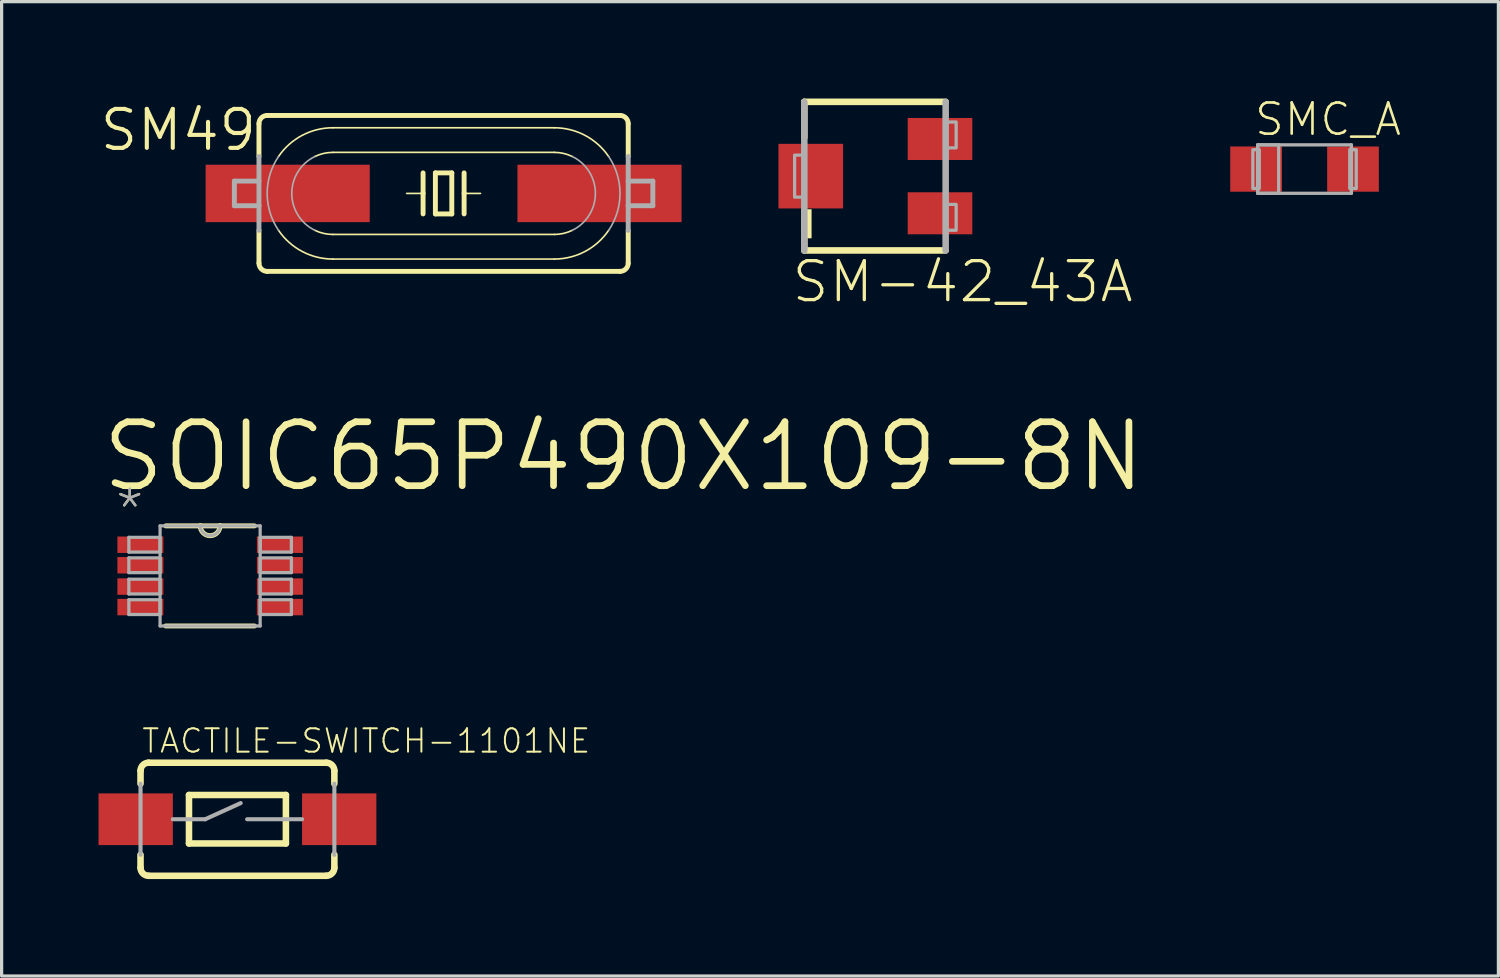
<source format=kicad_pcb>
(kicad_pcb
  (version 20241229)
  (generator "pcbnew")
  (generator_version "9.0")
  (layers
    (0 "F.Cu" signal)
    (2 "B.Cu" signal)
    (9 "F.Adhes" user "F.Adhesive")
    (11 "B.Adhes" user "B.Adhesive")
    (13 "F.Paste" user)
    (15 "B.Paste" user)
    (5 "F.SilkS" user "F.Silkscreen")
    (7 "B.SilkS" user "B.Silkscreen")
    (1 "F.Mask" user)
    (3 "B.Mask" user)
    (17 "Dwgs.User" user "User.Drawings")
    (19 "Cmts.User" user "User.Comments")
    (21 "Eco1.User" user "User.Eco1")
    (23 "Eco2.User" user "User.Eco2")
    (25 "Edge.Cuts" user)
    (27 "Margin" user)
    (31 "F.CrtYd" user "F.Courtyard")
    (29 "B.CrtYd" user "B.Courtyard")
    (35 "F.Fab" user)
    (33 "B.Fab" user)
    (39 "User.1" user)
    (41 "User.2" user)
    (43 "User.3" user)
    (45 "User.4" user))
  (footprint "SOIC65P490X109-8N"
    (layer "F.Cu")
    (at 3.454 14.777)
    (property "Reference" "SOIC65P490X109-8N" (at -3.454 -2.54 0) (layer "F.SilkS") (effects (font (size 1.979 1.979) (thickness 0.208)) (justify left bottom)))
    (attr through_hole)
    (fp_line (start -1.372 1.549) (end 1.372 1.549) (stroke (width 0.152) (type solid)) (layer "F.SilkS"))
    (fp_line (start -0.305 -1.549) (end -1.372 -1.549) (stroke (width 0.152) (type solid)) (layer "F.SilkS"))
    (fp_line (start 0.305 -1.549) (end -0.305 -1.549) (stroke (width 0.152) (type solid)) (layer "F.SilkS"))
    (fp_line (start 1.372 -1.549) (end 0.305 -1.549) (stroke (width 0.152) (type solid)) (layer "F.SilkS"))
    (fp_arc (start 0.3048 -1.5494) (mid 0 -1.2446) (end -0.3048 -1.5494) (stroke (width 0.1524) (type solid)) (layer "F.SilkS"))
    (fp_line (start -2.515 -1.194) (end -2.515 -0.737) (stroke (width 0.1) (type solid)) (layer "F.Fab"))
    (fp_line (start -2.515 -0.737) (end -1.549 -0.737) (stroke (width 0.1) (type solid)) (layer "F.Fab"))
    (fp_line (start -2.515 -0.559) (end -2.515 -0.102) (stroke (width 0.1) (type solid)) (layer "F.Fab"))
    (fp_line (start -2.515 -0.102) (end -1.549 -0.102) (stroke (width 0.1) (type solid)) (layer "F.Fab"))
    (fp_line (start -2.515 0.102) (end -2.515 0.559) (stroke (width 0.1) (type solid)) (layer "F.Fab"))
    (fp_line (start -2.515 0.559) (end -1.549 0.559) (stroke (width 0.1) (type solid)) (layer "F.Fab"))
    (fp_line (start -2.515 0.737) (end -2.515 1.194) (stroke (width 0.1) (type solid)) (layer "F.Fab"))
    (fp_line (start -2.515 1.194) (end -1.549 1.194) (stroke (width 0.1) (type solid)) (layer "F.Fab"))
    (fp_line (start -1.549 -1.549) (end -1.549 1.549) (stroke (width 0.1) (type solid)) (layer "F.Fab"))
    (fp_line (start -1.549 -1.194) (end -2.515 -1.194) (stroke (width 0.1) (type solid)) (layer "F.Fab"))
    (fp_line (start -1.549 -0.737) (end -1.549 -1.194) (stroke (width 0.1) (type solid)) (layer "F.Fab"))
    (fp_line (start -1.549 -0.559) (end -2.515 -0.559) (stroke (width 0.1) (type solid)) (layer "F.Fab"))
    (fp_line (start -1.549 -0.102) (end -1.549 -0.559) (stroke (width 0.1) (type solid)) (layer "F.Fab"))
    (fp_line (start -1.549 0.102) (end -2.515 0.102) (stroke (width 0.1) (type solid)) (layer "F.Fab"))
    (fp_line (start -1.549 0.559) (end -1.549 0.102) (stroke (width 0.1) (type solid)) (layer "F.Fab"))
    (fp_line (start -1.549 0.737) (end -2.515 0.737) (stroke (width 0.1) (type solid)) (layer "F.Fab"))
    (fp_line (start -1.549 1.194) (end -1.549 0.737) (stroke (width 0.1) (type solid)) (layer "F.Fab"))
    (fp_line (start -1.549 1.549) (end 1.549 1.549) (stroke (width 0.1) (type solid)) (layer "F.Fab"))
    (fp_line (start -0.305 -1.549) (end -1.549 -1.549) (stroke (width 0.1) (type solid)) (layer "F.Fab"))
    (fp_line (start 0.305 -1.549) (end -0.305 -1.549) (stroke (width 0.1) (type solid)) (layer "F.Fab"))
    (fp_line (start 1.549 -1.549) (end 0.305 -1.549) (stroke (width 0.1) (type solid)) (layer "F.Fab"))
    (fp_line (start 1.549 -1.194) (end 1.549 -0.737) (stroke (width 0.1) (type solid)) (layer "F.Fab"))
    (fp_line (start 1.549 -0.737) (end 2.515 -0.737) (stroke (width 0.1) (type solid)) (layer "F.Fab"))
    (fp_line (start 1.549 -0.559) (end 1.549 -0.102) (stroke (width 0.1) (type solid)) (layer "F.Fab"))
    (fp_line (start 1.549 -0.102) (end 2.515 -0.102) (stroke (width 0.1) (type solid)) (layer "F.Fab"))
    (fp_line (start 1.549 0.102) (end 1.549 0.559) (stroke (width 0.1) (type solid)) (layer "F.Fab"))
    (fp_line (start 1.549 0.559) (end 2.515 0.559) (stroke (width 0.1) (type solid)) (layer "F.Fab"))
    (fp_line (start 1.549 0.737) (end 1.549 1.194) (stroke (width 0.1) (type solid)) (layer "F.Fab"))
    (fp_line (start 1.549 1.194) (end 2.515 1.194) (stroke (width 0.1) (type solid)) (layer "F.Fab"))
    (fp_line (start 1.549 1.549) (end 1.549 -1.549) (stroke (width 0.1) (type solid)) (layer "F.Fab"))
    (fp_line (start 2.515 -1.194) (end 1.549 -1.194) (stroke (width 0.1) (type solid)) (layer "F.Fab"))
    (fp_line (start 2.515 -0.737) (end 2.515 -1.194) (stroke (width 0.1) (type solid)) (layer "F.Fab"))
    (fp_line (start 2.515 -0.559) (end 1.549 -0.559) (stroke (width 0.1) (type solid)) (layer "F.Fab"))
    (fp_line (start 2.515 -0.102) (end 2.515 -0.559) (stroke (width 0.1) (type solid)) (layer "F.Fab"))
    (fp_line (start 2.515 0.102) (end 1.549 0.102) (stroke (width 0.1) (type solid)) (layer "F.Fab"))
    (fp_line (start 2.515 0.559) (end 2.515 0.102) (stroke (width 0.1) (type solid)) (layer "F.Fab"))
    (fp_line (start 2.515 0.737) (end 1.549 0.737) (stroke (width 0.1) (type solid)) (layer "F.Fab"))
    (fp_line (start 2.515 1.194) (end 2.515 0.737) (stroke (width 0.1) (type solid)) (layer "F.Fab"))
    (fp_arc (start 0.3048 -1.5494) (mid 0 -1.2446) (end -0.3048 -1.5494) (stroke (width 0.1) (type solid)) (layer "F.Fab"))
    (fp_text user "*" (at -2.997 -1.346 0) (layer "F.SilkS") (effects (font (size 1.206 1.206) (thickness 0.076)) (justify left bottom)))
    (fp_text user "*" (at -2.997 -1.346 0) (layer "F.Fab") (effects (font (size 1.206 1.206) (thickness 0.076)) (justify left bottom)))
    (pad "1" smd rect (at -2.159 -0.965) (size 1.422 0.508) (layers "F.Cu" "F.Mask" "F.Paste"))
    (pad "2" smd rect (at -2.159 -0.33) (size 1.422 0.508) (layers "F.Cu" "F.Mask" "F.Paste"))
    (pad "3" smd rect (at -2.159 0.33) (size 1.422 0.508) (layers "F.Cu" "F.Mask" "F.Paste"))
    (pad "4" smd rect (at -2.159 0.965) (size 1.422 0.508) (layers "F.Cu" "F.Mask" "F.Paste"))
    (pad "5" smd rect (at 2.159 0.965) (size 1.422 0.508) (layers "F.Cu" "F.Mask" "F.Paste"))
    (pad "6" smd rect (at 2.159 0.33) (size 1.422 0.508) (layers "F.Cu" "F.Mask" "F.Paste"))
    (pad "7" smd rect (at 2.159 -0.33) (size 1.422 0.508) (layers "F.Cu" "F.Mask" "F.Paste"))
    (pad "8" smd rect (at 2.159 -0.965) (size 1.422 0.508) (layers "F.Cu" "F.Mask" "F.Paste")))
  (footprint "SM-42_43A"
    (layer "F.Cu")
    (at 24.047 2.402)
    (property "Reference" "SM-42_43A" (at -2.65 3.975 0) (layer "F.SilkS") (effects (font (size 1.206 1.206) (thickness 0.102)) (justify left bottom)))
    (attr through_hole)
    (fp_line (start -2.2 -2.3) (end -2.2 -1.2) (stroke (width 0.203) (type solid)) (layer "F.SilkS"))
    (fp_line (start -2.2 1.2) (end -2.2 2.3) (stroke (width 0.203) (type solid)) (layer "F.SilkS"))
    (fp_line (start -2.2 2.3) (end 2.175 2.3) (stroke (width 0.203) (type solid)) (layer "F.SilkS"))
    (fp_line (start 2.175 -2.3) (end -2.2 -2.3) (stroke (width 0.203) (type solid)) (layer "F.SilkS"))
    (fp_poly (pts (xy -1.975 1.925) (xy -1.975 1.025) (xy -2.3 1.025) (xy -2.3 1.925)) (stroke (width 0) (type solid)) (fill yes) (layer "F.SilkS"))
    (fp_line (start -2.2 -2.3) (end -2.2 2.3) (stroke (width 0.203) (type solid)) (layer "F.Fab"))
    (fp_line (start 2.175 2.3) (end 2.175 -2.3) (stroke (width 0.203) (type solid)) (layer "F.Fab"))
    (fp_poly (pts (xy -2.2 0.65) (xy -2.2 -0.65) (xy -2.5 -0.65) (xy -2.5 0.65)) (stroke (width 0.1) (type solid)) (fill no) (layer "F.Fab"))
    (fp_poly (pts (xy 2.5 -0.875) (xy 2.5 -1.675) (xy 2.2 -1.675) (xy 2.2 -0.875)) (stroke (width 0.1) (type solid)) (fill no) (layer "F.Fab"))
    (fp_poly (pts (xy 2.5 1.675) (xy 2.5 0.875) (xy 2.2 0.875) (xy 2.2 1.675)) (stroke (width 0.1) (type solid)) (fill no) (layer "F.Fab"))
    (pad "1" smd rect (at 2 -1.15 90) (size 1.3 2) (layers "F.Cu" "F.Mask" "F.Paste"))
    (pad "2" smd rect (at -2 0 90) (size 2 2) (layers "F.Cu" "F.Mask" "F.Paste"))
    (pad "3" smd rect (at 2 1.15 90) (size 1.3 2) (layers "F.Cu" "F.Mask" "F.Paste")))
  (footprint "SMC_A"
    (layer "F.Cu")
    (at 37.331 2.184)
    (property "Reference" "SMC_A" (at -1.6 -0.975 0) (layer "F.SilkS") (effects (font (size 0.965 0.965) (thickness 0.081)) (justify left bottom)))
    (attr through_hole)
    (fp_line (start -1.45 -0.75) (end 1.45 -0.75) (stroke (width 0.102) (type solid)) (layer "F.Fab"))
    (fp_line (start -1.45 0.75) (end -1.45 -0.75) (stroke (width 0.102) (type solid)) (layer "F.Fab"))
    (fp_line (start 1.45 -0.75) (end 1.45 0.75) (stroke (width 0.102) (type solid)) (layer "F.Fab"))
    (fp_line (start 1.45 0.75) (end -1.45 0.75) (stroke (width 0.102) (type solid)) (layer "F.Fab"))
    (fp_poly (pts (xy -1.6 0.6) (xy -1.4 0.6) (xy -1.4 -0.6) (xy -1.6 -0.6)) (stroke (width 0.1) (type solid)) (fill no) (layer "F.Fab"))
    (fp_poly (pts (xy -1.45 0.75) (xy -0.8 0.75) (xy -0.8 -0.75) (xy -1.45 -0.75)) (stroke (width 0.1) (type solid)) (fill no) (layer "F.Fab"))
    (fp_poly (pts (xy 1.6 -0.6) (xy 1.4 -0.6) (xy 1.4 0.6) (xy 1.6 0.6)) (stroke (width 0.1) (type solid)) (fill no) (layer "F.Fab"))
    (pad "+" smd rect (at -1.5 0) (size 1.6 1.4) (layers "F.Cu" "F.Mask" "F.Paste"))
    (pad "-" smd rect (at 1.5 0 180) (size 1.6 1.4) (layers "F.Cu" "F.Mask" "F.Paste")))
  (footprint "TACTILE-SWITCH-1101NE"
    (layer "F.Cu")
    (at 4.3 22.309)
    (property "Reference" "TACTILE-SWITCH-1101NE" (at -3 -2 0) (layer "F.SilkS") (effects (font (size 0.724 0.724) (thickness 0.061)) (justify left bottom)))
    (attr through_hole)
    (fp_line (start -3 -1.1) (end -3 -1.5) (stroke (width 0.203) (type solid)) (layer "F.SilkS"))
    (fp_line (start -3 1.5) (end -3 1.1) (stroke (width 0.203) (type solid)) (layer "F.SilkS"))
    (fp_line (start -2.75 -1.75) (end 2.75 -1.75) (stroke (width 0.203) (type solid)) (layer "F.SilkS"))
    (fp_line (start -1.5 -0.75) (end 1.5 -0.75) (stroke (width 0.203) (type solid)) (layer "F.SilkS"))
    (fp_line (start -1.5 0.75) (end -1.5 -0.75) (stroke (width 0.203) (type solid)) (layer "F.SilkS"))
    (fp_line (start 1.5 0.75) (end -1.5 0.75) (stroke (width 0.203) (type solid)) (layer "F.SilkS"))
    (fp_line (start 1.5 0.75) (end 1.5 -0.75) (stroke (width 0.203) (type solid)) (layer "F.SilkS"))
    (fp_line (start 2.75 1.75) (end -2.75 1.75) (stroke (width 0.203) (type solid)) (layer "F.SilkS"))
    (fp_line (start 3 -1.1) (end 3 -1.5) (stroke (width 0.203) (type solid)) (layer "F.SilkS"))
    (fp_line (start 3 1.5) (end 3 1.1) (stroke (width 0.203) (type solid)) (layer "F.SilkS"))
    (fp_arc (start -3 -1.5) (mid -2.926777 -1.676777) (end -2.75 -1.75) (stroke (width 0.2032) (type solid)) (layer "F.SilkS"))
    (fp_arc (start -2.75 1.75) (mid -2.926777 1.676777) (end -3 1.5) (stroke (width 0.2032) (type solid)) (layer "F.SilkS"))
    (fp_arc (start 2.75 -1.75) (mid 2.926777 -1.676777) (end 3 -1.5) (stroke (width 0.2032) (type solid)) (layer "F.SilkS"))
    (fp_arc (start 3 1.5) (mid 2.926777 1.676777) (end 2.75 1.75) (stroke (width 0.2032) (type solid)) (layer "F.SilkS"))
    (fp_line (start -3 -1.1) (end -3 1.1) (stroke (width 0.127) (type solid)) (layer "F.Fab"))
    (fp_line (start -2 0) (end -1 0) (stroke (width 0.127) (type solid)) (layer "F.Fab"))
    (fp_line (start -1 0) (end 0.1 -0.5) (stroke (width 0.127) (type solid)) (layer "F.Fab"))
    (fp_line (start 0.3 0) (end 2 0) (stroke (width 0.127) (type solid)) (layer "F.Fab"))
    (fp_line (start 3 -1.1) (end 3 1.1) (stroke (width 0.127) (type solid)) (layer "F.Fab"))
    (pad "1" smd rect (at -3.15 0 180) (size 2.3 1.6) (layers "F.Cu" "F.Mask" "F.Paste"))
    (pad "2" smd rect (at 3.15 0 180) (size 2.3 1.6) (layers "F.Cu" "F.Mask" "F.Paste")))
  (footprint "SM49"
    (layer "F.Cu")
    (at 10.681 2.937)
    (property "Reference" "SM49" (at -5.715 -2.667 0) (layer "F.SilkS") (effects (font (size 1.206 1.206) (thickness 0.127)) (justify right top)))
    (attr through_hole)
    (fp_line (start -5.715 -2.159) (end -5.715 -1.143) (stroke (width 0.152) (type solid)) (layer "F.SilkS"))
    (fp_line (start -5.715 1.143) (end -5.715 2.159) (stroke (width 0.152) (type solid)) (layer "F.SilkS"))
    (fp_line (start -5.461 -2.413) (end 5.461 -2.413) (stroke (width 0.152) (type solid)) (layer "F.SilkS"))
    (fp_line (start -5.461 2.413) (end 5.461 2.413) (stroke (width 0.152) (type solid)) (layer "F.SilkS"))
    (fp_line (start -3.429 -2.032) (end 3.429 -2.032) (stroke (width 0.051) (type solid)) (layer "F.SilkS"))
    (fp_line (start -3.429 -1.27) (end 3.429 -1.27) (stroke (width 0.051) (type solid)) (layer "F.SilkS"))
    (fp_line (start -0.635 -0.635) (end -0.635 0) (stroke (width 0.152) (type solid)) (layer "F.SilkS"))
    (fp_line (start -0.635 0) (end -1.143 0) (stroke (width 0.051) (type solid)) (layer "F.SilkS"))
    (fp_line (start -0.635 0) (end -0.635 0.635) (stroke (width 0.152) (type solid)) (layer "F.SilkS"))
    (fp_line (start -0.254 -0.635) (end -0.254 0.635) (stroke (width 0.152) (type solid)) (layer "F.SilkS"))
    (fp_line (start -0.254 0.635) (end 0.254 0.635) (stroke (width 0.152) (type solid)) (layer "F.SilkS"))
    (fp_line (start 0.254 -0.635) (end -0.254 -0.635) (stroke (width 0.152) (type solid)) (layer "F.SilkS"))
    (fp_line (start 0.254 0.635) (end 0.254 -0.635) (stroke (width 0.152) (type solid)) (layer "F.SilkS"))
    (fp_line (start 0.635 -0.635) (end 0.635 0) (stroke (width 0.152) (type solid)) (layer "F.SilkS"))
    (fp_line (start 0.635 0) (end 0.635 0.635) (stroke (width 0.152) (type solid)) (layer "F.SilkS"))
    (fp_line (start 0.635 0) (end 1.143 0) (stroke (width 0.051) (type solid)) (layer "F.SilkS"))
    (fp_line (start 3.429 1.27) (end -3.429 1.27) (stroke (width 0.051) (type solid)) (layer "F.SilkS"))
    (fp_line (start 3.429 2.032) (end -3.429 2.032) (stroke (width 0.051) (type solid)) (layer "F.SilkS"))
    (fp_line (start 5.715 -2.159) (end 5.715 -1.143) (stroke (width 0.152) (type solid)) (layer "F.SilkS"))
    (fp_line (start 5.715 1.143) (end 5.715 2.159) (stroke (width 0.152) (type solid)) (layer "F.SilkS"))
    (fp_arc (start -5.715 -2.159) (mid -5.640605 -2.338605) (end -5.461 -2.413) (stroke (width 0.1524) (type solid)) (layer "F.SilkS"))
    (fp_arc (start -5.461 2.413) (mid -5.640605 2.338605) (end -5.715 2.159) (stroke (width 0.1524) (type solid)) (layer "F.SilkS"))
    (fp_arc (start -5.1091 -1.143) (mid -4.379417 -1.796107) (end -3.429 -2.032101) (stroke (width 0.0508) (type solid)) (layer "F.SilkS"))
    (fp_arc (start -3.9826 -1.143) (mid -3.712991 -1.237845) (end -3.429 -1.27) (stroke (width 0.0508) (type solid)) (layer "F.SilkS"))
    (fp_arc (start -3.429 1.27) (mid -3.712991 1.237845) (end -3.9826 1.143) (stroke (width 0.0508) (type solid)) (layer "F.SilkS"))
    (fp_arc (start -3.429 2.032001) (mid -4.379408 1.796063) (end -5.1091 1.143) (stroke (width 0.0508) (type solid)) (layer "F.SilkS"))
    (fp_arc (start 3.429 -2.032) (mid 4.379408 -1.796062) (end 5.1091 -1.142999) (stroke (width 0.0508) (type solid)) (layer "F.SilkS"))
    (fp_arc (start 3.429 -1.27) (mid 3.712991 -1.237845) (end 3.9826 -1.143) (stroke (width 0.0508) (type solid)) (layer "F.SilkS"))
    (fp_arc (start 3.9826 1.143) (mid 3.712991 1.237845) (end 3.429 1.27) (stroke (width 0.0508) (type solid)) (layer "F.SilkS"))
    (fp_arc (start 5.109 1.142899) (mid 4.379368 1.795994) (end 3.429 2.032) (stroke (width 0.0508) (type solid)) (layer "F.SilkS"))
    (fp_arc (start 5.461 -2.413) (mid 5.640605 -2.338605) (end 5.715 -2.159) (stroke (width 0.1524) (type solid)) (layer "F.SilkS"))
    (fp_arc (start 5.715 2.159) (mid 5.640605 2.338605) (end 5.461 2.413) (stroke (width 0.1524) (type solid)) (layer "F.SilkS"))
    (fp_line (start -6.477 -0.381) (end -6.477 0.381) (stroke (width 0.152) (type solid)) (layer "F.Fab"))
    (fp_line (start -5.715 -1.143) (end -5.715 1.143) (stroke (width 0.152) (type solid)) (layer "F.Fab"))
    (fp_line (start -5.715 -0.381) (end -6.477 -0.381) (stroke (width 0.152) (type solid)) (layer "F.Fab"))
    (fp_line (start -5.715 0.381) (end -6.477 0.381) (stroke (width 0.152) (type solid)) (layer "F.Fab"))
    (fp_line (start 5.715 -1.143) (end 5.715 -0.381) (stroke (width 0.152) (type solid)) (layer "F.Fab"))
    (fp_line (start 5.715 -0.381) (end 5.715 0.381) (stroke (width 0.152) (type solid)) (layer "F.Fab"))
    (fp_line (start 5.715 -0.381) (end 6.477 -0.381) (stroke (width 0.152) (type solid)) (layer "F.Fab"))
    (fp_line (start 5.715 0.381) (end 5.715 1.143) (stroke (width 0.152) (type solid)) (layer "F.Fab"))
    (fp_line (start 5.715 0.381) (end 6.477 0.381) (stroke (width 0.152) (type solid)) (layer "F.Fab"))
    (fp_line (start 6.477 -0.381) (end 6.477 0.381) (stroke (width 0.152) (type solid)) (layer "F.Fab"))
    (fp_arc (start -5.1091 1.143) (mid -5.46104 0) (end -5.1091 -1.143) (stroke (width 0.0508) (type solid)) (layer "F.Fab"))
    (fp_arc (start -3.9826 1.143) (mid -4.699009 0) (end -3.9826 -1.143) (stroke (width 0.0508) (type solid)) (layer "F.Fab"))
    (fp_arc (start 3.9826 -1.143) (mid 4.699009 0) (end 3.9826 1.143) (stroke (width 0.0508) (type solid)) (layer "F.Fab"))
    (fp_arc (start 5.1091 -1.143) (mid 5.46104 0) (end 5.1091 1.143) (stroke (width 0.0508) (type solid)) (layer "F.Fab"))
    (pad "1" smd rect (at -4.826 0) (size 5.08 1.778) (layers "F.Cu" "F.Mask" "F.Paste"))
    (pad "2" smd rect (at 4.826 0) (size 5.08 1.778) (layers "F.Cu" "F.Mask" "F.Paste")))
  (gr_rect
    (start -3 -3)
    (end 43.332 27.161)
    (stroke (width 0.1) (type default))
    (fill no)
    (layer "Edge.Cuts")))
</source>
